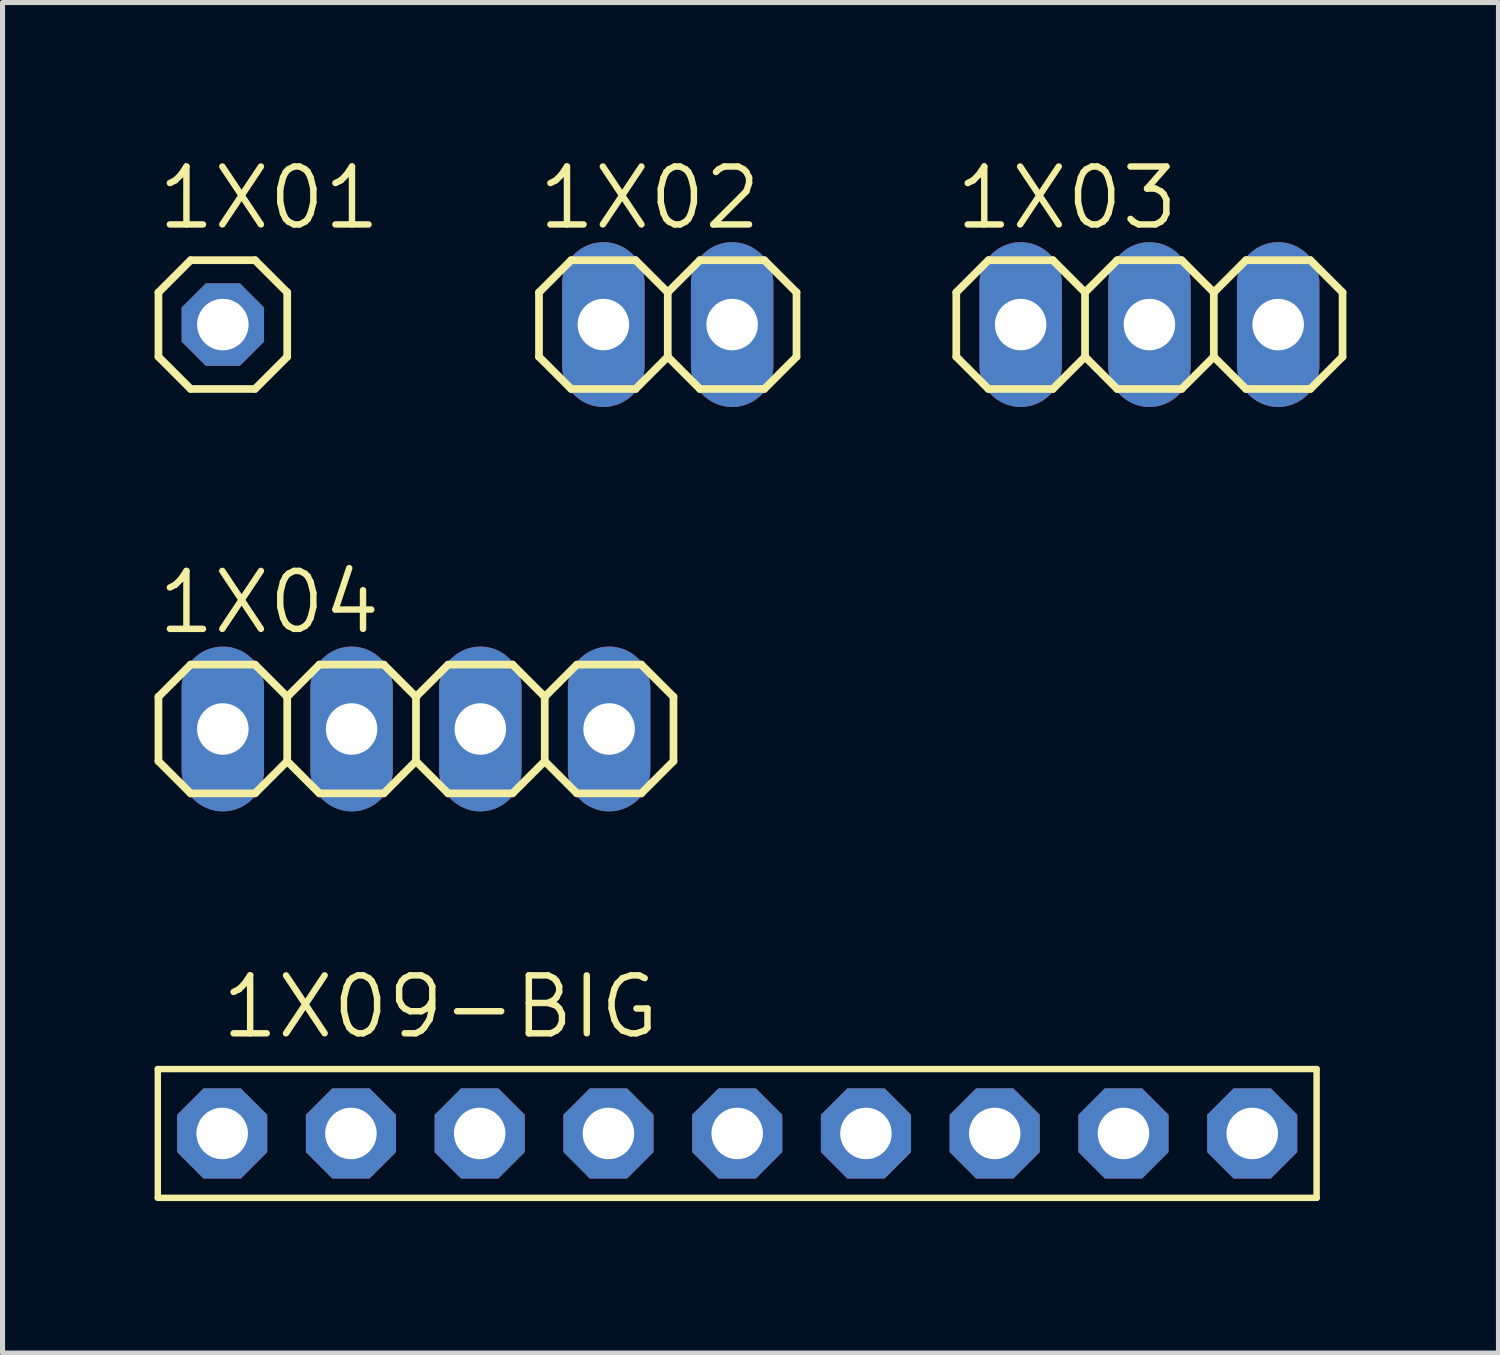
<source format=kicad_pcb>
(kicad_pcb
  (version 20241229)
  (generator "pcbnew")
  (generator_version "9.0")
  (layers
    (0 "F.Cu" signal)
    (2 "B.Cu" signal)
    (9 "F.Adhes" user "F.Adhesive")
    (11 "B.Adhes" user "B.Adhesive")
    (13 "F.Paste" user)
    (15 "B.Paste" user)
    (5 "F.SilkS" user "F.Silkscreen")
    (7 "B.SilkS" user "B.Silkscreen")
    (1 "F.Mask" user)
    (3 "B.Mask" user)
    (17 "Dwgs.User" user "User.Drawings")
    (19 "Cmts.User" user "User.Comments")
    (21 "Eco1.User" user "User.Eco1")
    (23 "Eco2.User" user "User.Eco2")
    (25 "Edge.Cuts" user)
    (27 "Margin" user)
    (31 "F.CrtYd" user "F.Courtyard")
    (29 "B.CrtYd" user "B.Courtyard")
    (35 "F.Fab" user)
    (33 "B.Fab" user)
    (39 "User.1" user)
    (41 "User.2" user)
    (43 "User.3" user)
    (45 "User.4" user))
  (footprint "1X01"
    (layer "F.Cu")
    (at 1.346 3.353)
    (property "Reference" "1X01" (at -1.346 -1.829 0) (layer "F.SilkS") (effects (font (size 1.143 1.143) (thickness 0.127)) (justify left bottom)))
    (fp_line (start -1.27 -0.635) (end -1.27 0.635) (stroke (width 0.152) (type solid)) (layer "F.SilkS"))
    (fp_line (start -1.27 0.635) (end -0.635 1.27) (stroke (width 0.152) (type solid)) (layer "F.SilkS"))
    (fp_line (start -0.635 -1.27) (end -1.27 -0.635) (stroke (width 0.152) (type solid)) (layer "F.SilkS"))
    (fp_line (start -0.635 -1.27) (end 0.635 -1.27) (stroke (width 0.152) (type solid)) (layer "F.SilkS"))
    (fp_line (start 0.635 -1.27) (end 1.27 -0.635) (stroke (width 0.152) (type solid)) (layer "F.SilkS"))
    (fp_line (start 0.635 1.27) (end -0.635 1.27) (stroke (width 0.152) (type solid)) (layer "F.SilkS"))
    (fp_line (start 1.27 -0.635) (end 1.27 0.635) (stroke (width 0.152) (type solid)) (layer "F.SilkS"))
    (fp_line (start 1.27 0.635) (end 0.635 1.27) (stroke (width 0.152) (type solid)) (layer "F.SilkS"))
    (fp_poly (pts (xy -0.254 0.254) (xy 0.254 0.254) (xy 0.254 -0.254) (xy -0.254 -0.254)) (stroke (width 0.1) (type default)) (fill no) (layer "F.Fab"))
    (pad "1" thru_hole roundrect (at 0 0) (size 1.626 1.626) (drill 1.016) (layers "*.Cu" "*.Mask") (roundrect_rratio 0.25) (chamfer_ratio 0.293) (chamfer top_left top_right bottom_left bottom_right)))
  (footprint "1X03"
    (layer "F.Cu")
    (at 19.625 3.353)
    (property "Reference" "1X03" (at -3.886 -1.829 0) (layer "F.SilkS") (effects (font (size 1.143 1.143) (thickness 0.127)) (justify left bottom)))
    (fp_line (start -3.81 -0.635) (end -3.81 0.635) (stroke (width 0.152) (type solid)) (layer "F.SilkS"))
    (fp_line (start -3.81 0.635) (end -3.175 1.27) (stroke (width 0.152) (type solid)) (layer "F.SilkS"))
    (fp_line (start -3.175 -1.27) (end -3.81 -0.635) (stroke (width 0.152) (type solid)) (layer "F.SilkS"))
    (fp_line (start -3.175 -1.27) (end -1.905 -1.27) (stroke (width 0.152) (type solid)) (layer "F.SilkS"))
    (fp_line (start -1.905 -1.27) (end -1.27 -0.635) (stroke (width 0.152) (type solid)) (layer "F.SilkS"))
    (fp_line (start -1.905 1.27) (end -3.175 1.27) (stroke (width 0.152) (type solid)) (layer "F.SilkS"))
    (fp_line (start -1.27 -0.635) (end -1.27 0.635) (stroke (width 0.152) (type solid)) (layer "F.SilkS"))
    (fp_line (start -1.27 -0.635) (end -0.635 -1.27) (stroke (width 0.152) (type solid)) (layer "F.SilkS"))
    (fp_line (start -1.27 0.635) (end -1.905 1.27) (stroke (width 0.152) (type solid)) (layer "F.SilkS"))
    (fp_line (start -0.635 -1.27) (end 0.635 -1.27) (stroke (width 0.152) (type solid)) (layer "F.SilkS"))
    (fp_line (start -0.635 1.27) (end -1.27 0.635) (stroke (width 0.152) (type solid)) (layer "F.SilkS"))
    (fp_line (start 0.635 -1.27) (end 1.27 -0.635) (stroke (width 0.152) (type solid)) (layer "F.SilkS"))
    (fp_line (start 0.635 1.27) (end -0.635 1.27) (stroke (width 0.152) (type solid)) (layer "F.SilkS"))
    (fp_line (start 1.27 -0.635) (end 1.27 0.635) (stroke (width 0.152) (type solid)) (layer "F.SilkS"))
    (fp_line (start 1.27 -0.635) (end 1.905 -1.27) (stroke (width 0.152) (type solid)) (layer "F.SilkS"))
    (fp_line (start 1.27 0.635) (end 0.635 1.27) (stroke (width 0.152) (type solid)) (layer "F.SilkS"))
    (fp_line (start 1.905 -1.27) (end 3.175 -1.27) (stroke (width 0.152) (type solid)) (layer "F.SilkS"))
    (fp_line (start 1.905 1.27) (end 1.27 0.635) (stroke (width 0.152) (type solid)) (layer "F.SilkS"))
    (fp_line (start 3.175 -1.27) (end 3.81 -0.635) (stroke (width 0.152) (type solid)) (layer "F.SilkS"))
    (fp_line (start 3.175 1.27) (end 1.905 1.27) (stroke (width 0.152) (type solid)) (layer "F.SilkS"))
    (fp_line (start 3.81 -0.635) (end 3.81 0.635) (stroke (width 0.152) (type solid)) (layer "F.SilkS"))
    (fp_line (start 3.81 0.635) (end 3.175 1.27) (stroke (width 0.152) (type solid)) (layer "F.SilkS"))
    (fp_poly (pts (xy -2.794 0.254) (xy -2.286 0.254) (xy -2.286 -0.254) (xy -2.794 -0.254)) (stroke (width 0.1) (type default)) (fill no) (layer "F.Fab"))
    (fp_poly (pts (xy -0.254 0.254) (xy 0.254 0.254) (xy 0.254 -0.254) (xy -0.254 -0.254)) (stroke (width 0.1) (type default)) (fill no) (layer "F.Fab"))
    (fp_poly (pts (xy 2.286 0.254) (xy 2.794 0.254) (xy 2.794 -0.254) (xy 2.286 -0.254)) (stroke (width 0.1) (type default)) (fill no) (layer "F.Fab"))
    (pad "1" thru_hole oval (at -2.54 0 90) (size 3.251 1.626) (drill 1.016) (layers "*.Cu" "*.Mask"))
    (pad "2" thru_hole oval (at 0 0 90) (size 3.251 1.626) (drill 1.016) (layers "*.Cu" "*.Mask"))
    (pad "3" thru_hole oval (at 2.54 0 90) (size 3.251 1.626) (drill 1.016) (layers "*.Cu" "*.Mask")))
  (footprint "1X09-BIG"
    (layer "F.Cu")
    (at 11.493 19.31)
    (property "Reference" "1X09-BIG" (at -10.236 -1.829 0) (layer "F.SilkS") (effects (font (size 1.143 1.143) (thickness 0.127)) (justify left bottom)))
    (fp_line (start -11.43 -1.27) (end 11.43 -1.27) (stroke (width 0.127) (type solid)) (layer "F.SilkS"))
    (fp_line (start -11.43 1.27) (end -11.43 -1.27) (stroke (width 0.127) (type solid)) (layer "F.SilkS"))
    (fp_line (start 11.43 -1.27) (end 11.43 1.27) (stroke (width 0.127) (type solid)) (layer "F.SilkS"))
    (fp_line (start 11.43 1.27) (end -11.43 1.27) (stroke (width 0.127) (type solid)) (layer "F.SilkS"))
    (fp_poly (pts (xy -10.414 0.254) (xy -9.906 0.254) (xy -9.906 -0.254) (xy -10.414 -0.254)) (stroke (width 0.1) (type default)) (fill no) (layer "F.Fab"))
    (fp_poly (pts (xy -7.874 0.254) (xy -7.366 0.254) (xy -7.366 -0.254) (xy -7.874 -0.254)) (stroke (width 0.1) (type default)) (fill no) (layer "F.Fab"))
    (fp_poly (pts (xy -5.334 0.254) (xy -4.826 0.254) (xy -4.826 -0.254) (xy -5.334 -0.254)) (stroke (width 0.1) (type default)) (fill no) (layer "F.Fab"))
    (fp_poly (pts (xy -2.794 0.254) (xy -2.286 0.254) (xy -2.286 -0.254) (xy -2.794 -0.254)) (stroke (width 0.1) (type default)) (fill no) (layer "F.Fab"))
    (fp_poly (pts (xy -0.254 0.254) (xy 0.254 0.254) (xy 0.254 -0.254) (xy -0.254 -0.254)) (stroke (width 0.1) (type default)) (fill no) (layer "F.Fab"))
    (fp_poly (pts (xy 2.286 0.254) (xy 2.794 0.254) (xy 2.794 -0.254) (xy 2.286 -0.254)) (stroke (width 0.1) (type default)) (fill no) (layer "F.Fab"))
    (fp_poly (pts (xy 4.826 0.254) (xy 5.334 0.254) (xy 5.334 -0.254) (xy 4.826 -0.254)) (stroke (width 0.1) (type default)) (fill no) (layer "F.Fab"))
    (fp_poly (pts (xy 7.366 0.254) (xy 7.874 0.254) (xy 7.874 -0.254) (xy 7.366 -0.254)) (stroke (width 0.1) (type default)) (fill no) (layer "F.Fab"))
    (fp_poly (pts (xy 9.906 0.254) (xy 10.414 0.254) (xy 10.414 -0.254) (xy 9.906 -0.254)) (stroke (width 0.1) (type default)) (fill no) (layer "F.Fab"))
    (pad "1" thru_hole roundrect (at -10.16 0 90) (size 1.778 1.778) (drill 1.016) (layers "*.Cu" "*.Mask") (roundrect_rratio 0.25) (chamfer_ratio 0.293) (chamfer top_left top_right bottom_left bottom_right))
    (pad "2" thru_hole roundrect (at -7.62 0 90) (size 1.778 1.778) (drill 1.016) (layers "*.Cu" "*.Mask") (roundrect_rratio 0.25) (chamfer_ratio 0.293) (chamfer top_left top_right bottom_left bottom_right))
    (pad "3" thru_hole roundrect (at -5.08 0 90) (size 1.778 1.778) (drill 1.016) (layers "*.Cu" "*.Mask") (roundrect_rratio 0.25) (chamfer_ratio 0.293) (chamfer top_left top_right bottom_left bottom_right))
    (pad "4" thru_hole roundrect (at -2.54 0 90) (size 1.778 1.778) (drill 1.016) (layers "*.Cu" "*.Mask") (roundrect_rratio 0.25) (chamfer_ratio 0.293) (chamfer top_left top_right bottom_left bottom_right))
    (pad "5" thru_hole roundrect (at 0 0 90) (size 1.778 1.778) (drill 1.016) (layers "*.Cu" "*.Mask") (roundrect_rratio 0.25) (chamfer_ratio 0.293) (chamfer top_left top_right bottom_left bottom_right))
    (pad "6" thru_hole roundrect (at 2.54 0 90) (size 1.778 1.778) (drill 1.016) (layers "*.Cu" "*.Mask") (roundrect_rratio 0.25) (chamfer_ratio 0.293) (chamfer top_left top_right bottom_left bottom_right))
    (pad "7" thru_hole roundrect (at 5.08 0 90) (size 1.778 1.778) (drill 1.016) (layers "*.Cu" "*.Mask") (roundrect_rratio 0.25) (chamfer_ratio 0.293) (chamfer top_left top_right bottom_left bottom_right))
    (pad "8" thru_hole roundrect (at 7.62 0 90) (size 1.778 1.778) (drill 1.016) (layers "*.Cu" "*.Mask") (roundrect_rratio 0.25) (chamfer_ratio 0.293) (chamfer top_left top_right bottom_left bottom_right))
    (pad "9" thru_hole roundrect (at 10.16 0 90) (size 1.778 1.778) (drill 1.016) (layers "*.Cu" "*.Mask") (roundrect_rratio 0.25) (chamfer_ratio 0.293) (chamfer top_left top_right bottom_left bottom_right)))
  (footprint "1X02"
    (layer "F.Cu")
    (at 10.123 3.353)
    (property "Reference" "1X02" (at -2.616 -1.829 0) (layer "F.SilkS") (effects (font (size 1.143 1.143) (thickness 0.127)) (justify left bottom)))
    (fp_line (start -2.54 -0.635) (end -2.54 0.635) (stroke (width 0.152) (type solid)) (layer "F.SilkS"))
    (fp_line (start -2.54 0.635) (end -1.905 1.27) (stroke (width 0.152) (type solid)) (layer "F.SilkS"))
    (fp_line (start -1.905 -1.27) (end -2.54 -0.635) (stroke (width 0.152) (type solid)) (layer "F.SilkS"))
    (fp_line (start -1.905 -1.27) (end -0.635 -1.27) (stroke (width 0.152) (type solid)) (layer "F.SilkS"))
    (fp_line (start -0.635 -1.27) (end 0 -0.635) (stroke (width 0.152) (type solid)) (layer "F.SilkS"))
    (fp_line (start -0.635 1.27) (end -1.905 1.27) (stroke (width 0.152) (type solid)) (layer "F.SilkS"))
    (fp_line (start 0 -0.635) (end 0 0.635) (stroke (width 0.152) (type solid)) (layer "F.SilkS"))
    (fp_line (start 0 -0.635) (end 0.635 -1.27) (stroke (width 0.152) (type solid)) (layer "F.SilkS"))
    (fp_line (start 0 0.635) (end -0.635 1.27) (stroke (width 0.152) (type solid)) (layer "F.SilkS"))
    (fp_line (start 0.635 -1.27) (end 1.905 -1.27) (stroke (width 0.152) (type solid)) (layer "F.SilkS"))
    (fp_line (start 0.635 1.27) (end 0 0.635) (stroke (width 0.152) (type solid)) (layer "F.SilkS"))
    (fp_line (start 1.905 -1.27) (end 2.54 -0.635) (stroke (width 0.152) (type solid)) (layer "F.SilkS"))
    (fp_line (start 1.905 1.27) (end 0.635 1.27) (stroke (width 0.152) (type solid)) (layer "F.SilkS"))
    (fp_line (start 2.54 -0.635) (end 2.54 0.635) (stroke (width 0.152) (type solid)) (layer "F.SilkS"))
    (fp_line (start 2.54 0.635) (end 1.905 1.27) (stroke (width 0.152) (type solid)) (layer "F.SilkS"))
    (fp_poly (pts (xy -1.524 0.254) (xy -1.016 0.254) (xy -1.016 -0.254) (xy -1.524 -0.254)) (stroke (width 0.1) (type default)) (fill no) (layer "F.Fab"))
    (fp_poly (pts (xy 1.016 0.254) (xy 1.524 0.254) (xy 1.524 -0.254) (xy 1.016 -0.254)) (stroke (width 0.1) (type default)) (fill no) (layer "F.Fab"))
    (pad "1" thru_hole oval (at -1.27 0 90) (size 3.251 1.626) (drill 1.016) (layers "*.Cu" "*.Mask"))
    (pad "2" thru_hole oval (at 1.27 0 90) (size 3.251 1.626) (drill 1.016) (layers "*.Cu" "*.Mask")))
  (footprint "1X04"
    (layer "F.Cu")
    (at 5.156 11.331)
    (property "Reference" "1X04" (at -5.156 -1.829 0) (layer "F.SilkS") (effects (font (size 1.143 1.143) (thickness 0.127)) (justify left bottom)))
    (fp_line (start -5.08 -0.635) (end -5.08 0.635) (stroke (width 0.152) (type solid)) (layer "F.SilkS"))
    (fp_line (start -5.08 0.635) (end -4.445 1.27) (stroke (width 0.152) (type solid)) (layer "F.SilkS"))
    (fp_line (start -4.445 -1.27) (end -5.08 -0.635) (stroke (width 0.152) (type solid)) (layer "F.SilkS"))
    (fp_line (start -4.445 -1.27) (end -3.175 -1.27) (stroke (width 0.152) (type solid)) (layer "F.SilkS"))
    (fp_line (start -3.175 -1.27) (end -2.54 -0.635) (stroke (width 0.152) (type solid)) (layer "F.SilkS"))
    (fp_line (start -3.175 1.27) (end -4.445 1.27) (stroke (width 0.152) (type solid)) (layer "F.SilkS"))
    (fp_line (start -2.54 -0.635) (end -2.54 0.635) (stroke (width 0.152) (type solid)) (layer "F.SilkS"))
    (fp_line (start -2.54 -0.635) (end -1.905 -1.27) (stroke (width 0.152) (type solid)) (layer "F.SilkS"))
    (fp_line (start -2.54 0.635) (end -3.175 1.27) (stroke (width 0.152) (type solid)) (layer "F.SilkS"))
    (fp_line (start -1.905 -1.27) (end -0.635 -1.27) (stroke (width 0.152) (type solid)) (layer "F.SilkS"))
    (fp_line (start -1.905 1.27) (end -2.54 0.635) (stroke (width 0.152) (type solid)) (layer "F.SilkS"))
    (fp_line (start -0.635 -1.27) (end 0 -0.635) (stroke (width 0.152) (type solid)) (layer "F.SilkS"))
    (fp_line (start -0.635 1.27) (end -1.905 1.27) (stroke (width 0.152) (type solid)) (layer "F.SilkS"))
    (fp_line (start 0 -0.635) (end 0 0.635) (stroke (width 0.152) (type solid)) (layer "F.SilkS"))
    (fp_line (start 0 -0.635) (end 0.635 -1.27) (stroke (width 0.152) (type solid)) (layer "F.SilkS"))
    (fp_line (start 0 0.635) (end -0.635 1.27) (stroke (width 0.152) (type solid)) (layer "F.SilkS"))
    (fp_line (start 0.635 -1.27) (end 1.905 -1.27) (stroke (width 0.152) (type solid)) (layer "F.SilkS"))
    (fp_line (start 0.635 1.27) (end 0 0.635) (stroke (width 0.152) (type solid)) (layer "F.SilkS"))
    (fp_line (start 1.905 -1.27) (end 2.54 -0.635) (stroke (width 0.152) (type solid)) (layer "F.SilkS"))
    (fp_line (start 1.905 1.27) (end 0.635 1.27) (stroke (width 0.152) (type solid)) (layer "F.SilkS"))
    (fp_line (start 2.54 -0.635) (end 2.54 0.635) (stroke (width 0.152) (type solid)) (layer "F.SilkS"))
    (fp_line (start 2.54 0.635) (end 1.905 1.27) (stroke (width 0.152) (type solid)) (layer "F.SilkS"))
    (fp_line (start 2.54 0.635) (end 3.175 1.27) (stroke (width 0.152) (type solid)) (layer "F.SilkS"))
    (fp_line (start 3.175 -1.27) (end 2.54 -0.635) (stroke (width 0.152) (type solid)) (layer "F.SilkS"))
    (fp_line (start 3.175 -1.27) (end 4.445 -1.27) (stroke (width 0.152) (type solid)) (layer "F.SilkS"))
    (fp_line (start 4.445 -1.27) (end 5.08 -0.635) (stroke (width 0.152) (type solid)) (layer "F.SilkS"))
    (fp_line (start 4.445 1.27) (end 3.175 1.27) (stroke (width 0.152) (type solid)) (layer "F.SilkS"))
    (fp_line (start 5.08 -0.635) (end 5.08 0.635) (stroke (width 0.152) (type solid)) (layer "F.SilkS"))
    (fp_line (start 5.08 0.635) (end 4.445 1.27) (stroke (width 0.152) (type solid)) (layer "F.SilkS"))
    (fp_poly (pts (xy -4.064 0.254) (xy -3.556 0.254) (xy -3.556 -0.254) (xy -4.064 -0.254)) (stroke (width 0.1) (type default)) (fill no) (layer "F.Fab"))
    (fp_poly (pts (xy -1.524 0.254) (xy -1.016 0.254) (xy -1.016 -0.254) (xy -1.524 -0.254)) (stroke (width 0.1) (type default)) (fill no) (layer "F.Fab"))
    (fp_poly (pts (xy 1.016 0.254) (xy 1.524 0.254) (xy 1.524 -0.254) (xy 1.016 -0.254)) (stroke (width 0.1) (type default)) (fill no) (layer "F.Fab"))
    (fp_poly (pts (xy 3.556 0.254) (xy 4.064 0.254) (xy 4.064 -0.254) (xy 3.556 -0.254)) (stroke (width 0.1) (type default)) (fill no) (layer "F.Fab"))
    (pad "1" thru_hole oval (at -3.81 0 90) (size 3.251 1.626) (drill 1.016) (layers "*.Cu" "*.Mask"))
    (pad "2" thru_hole oval (at -1.27 0 90) (size 3.251 1.626) (drill 1.016) (layers "*.Cu" "*.Mask"))
    (pad "3" thru_hole oval (at 1.27 0 90) (size 3.251 1.626) (drill 1.016) (layers "*.Cu" "*.Mask"))
    (pad "4" thru_hole oval (at 3.81 0 90) (size 3.251 1.626) (drill 1.016) (layers "*.Cu" "*.Mask")))
  (gr_rect
    (start -3 -3)
    (end 26.511 23.643)
    (stroke (width 0.1) (type default))
    (fill no)
    (layer "Edge.Cuts")))
</source>
